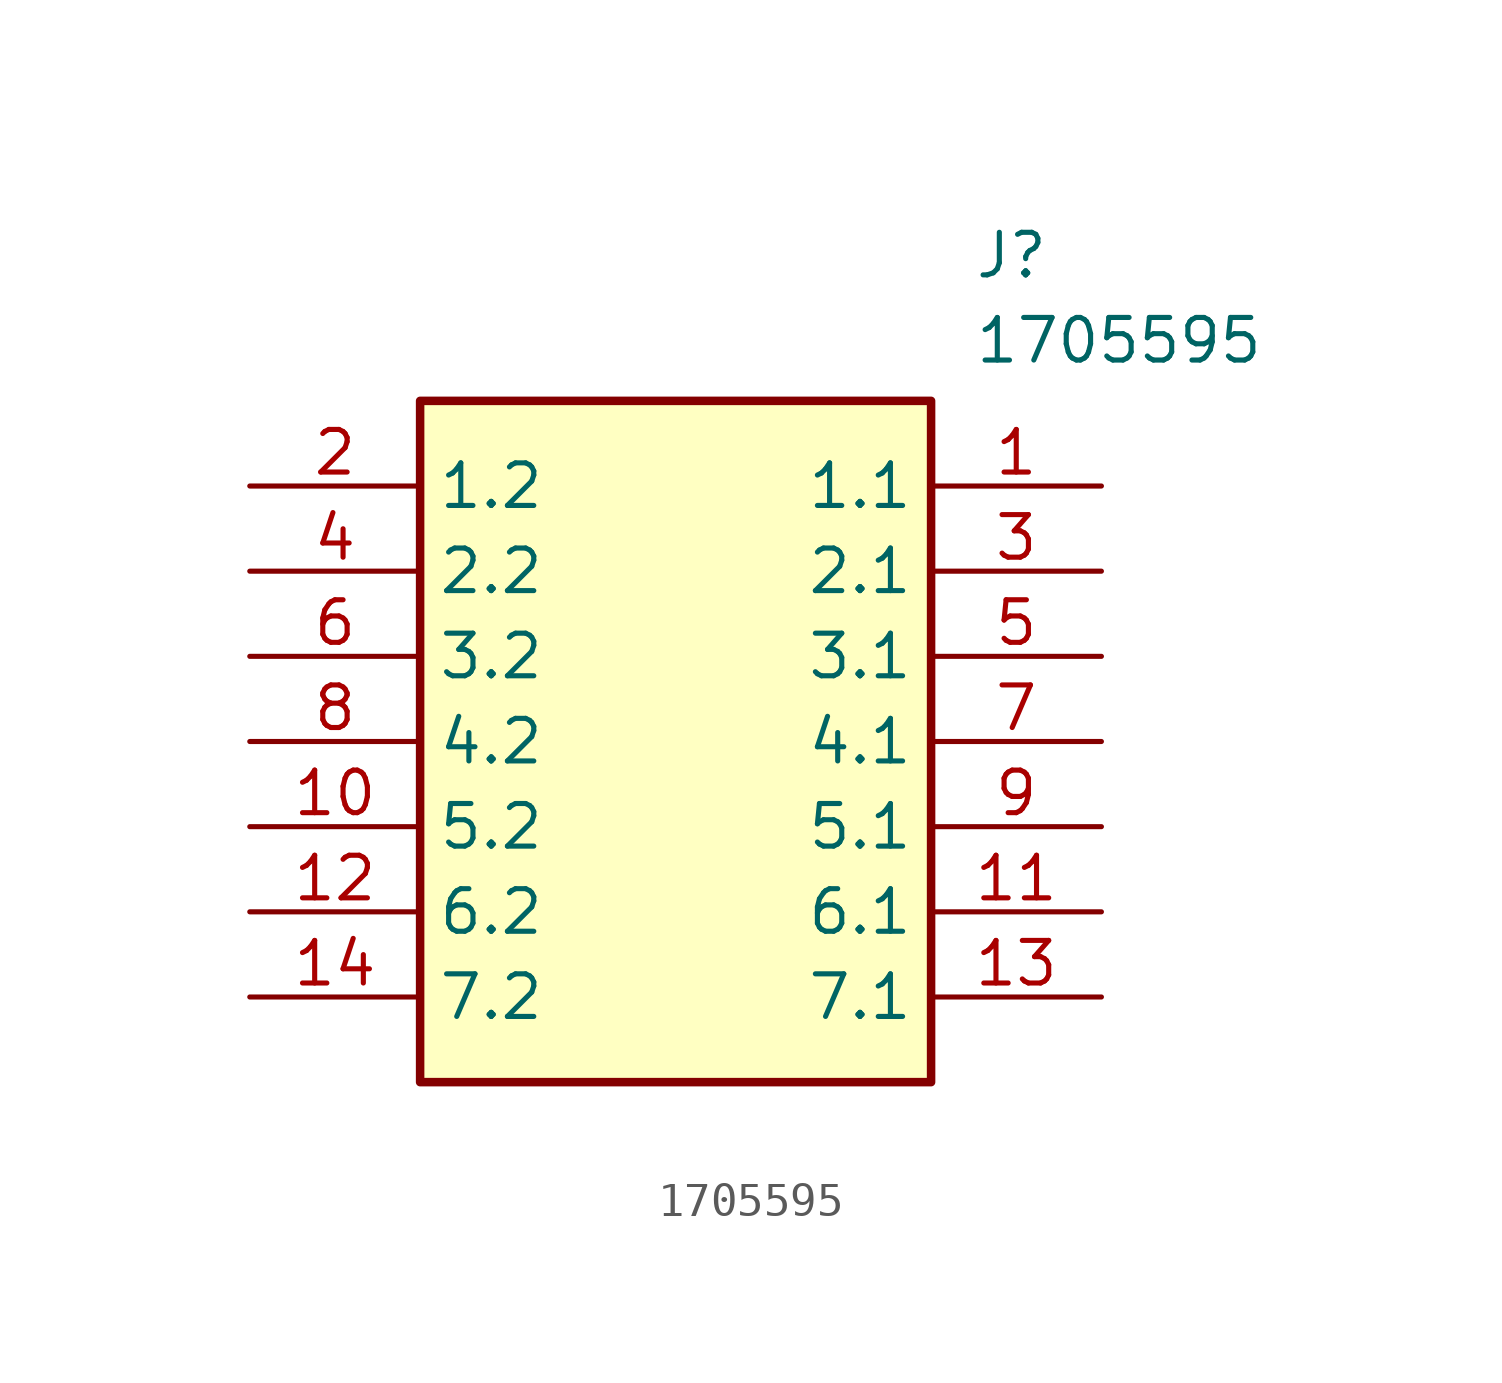
<source format=kicad_sym>
(kicad_symbol_lib
  (version 20211014)
  (generator SamacSys_ECAD_Model)
  (symbol "1705595"
    (property "Reference" "J"
      (at 21.59 7.62 0)
      (effects (font (size 1.27 1.27)) (justify left top)))
    (property "Value" "1705595"
      (at 21.59 5.08 0)
      (effects (font (size 1.27 1.27)) (justify left top)))
    (rectangle
      (start 5.08 2.54)
      (end 20.32 -17.78)
      (stroke (width 0.254) (type default))
      (fill (type background)))
    (pin passive line
      (at 25.4 0 180)
      (length 5.08)
      (name "1.1" (effects (font (size 1.27 1.27))))
      (number "1" (effects (font (size 1.27 1.27)))))
    (pin passive line
      (at 0 0 0)
      (length 5.08)
      (name "1.2" (effects (font (size 1.27 1.27))))
      (number "2" (effects (font (size 1.27 1.27)))))
    (pin passive line
      (at 25.4 -2.54 180)
      (length 5.08)
      (name "2.1" (effects (font (size 1.27 1.27))))
      (number "3" (effects (font (size 1.27 1.27)))))
    (pin passive line
      (at 0 -2.54 0)
      (length 5.08)
      (name "2.2" (effects (font (size 1.27 1.27))))
      (number "4" (effects (font (size 1.27 1.27)))))
    (pin passive line
      (at 25.4 -5.08 180)
      (length 5.08)
      (name "3.1" (effects (font (size 1.27 1.27))))
      (number "5" (effects (font (size 1.27 1.27)))))
    (pin passive line
      (at 0 -5.08 0)
      (length 5.08)
      (name "3.2" (effects (font (size 1.27 1.27))))
      (number "6" (effects (font (size 1.27 1.27)))))
    (pin passive line
      (at 25.4 -7.62 180)
      (length 5.08)
      (name "4.1" (effects (font (size 1.27 1.27))))
      (number "7" (effects (font (size 1.27 1.27)))))
    (pin passive line
      (at 0 -7.62 0)
      (length 5.08)
      (name "4.2" (effects (font (size 1.27 1.27))))
      (number "8" (effects (font (size 1.27 1.27)))))
    (pin passive line
      (at 25.4 -10.16 180)
      (length 5.08)
      (name "5.1" (effects (font (size 1.27 1.27))))
      (number "9" (effects (font (size 1.27 1.27)))))
    (pin passive line
      (at 0 -10.16 0)
      (length 5.08)
      (name "5.2" (effects (font (size 1.27 1.27))))
      (number "10" (effects (font (size 1.27 1.27)))))
    (pin passive line
      (at 25.4 -12.7 180)
      (length 5.08)
      (name "6.1" (effects (font (size 1.27 1.27))))
      (number "11" (effects (font (size 1.27 1.27)))))
    (pin passive line
      (at 0 -12.7 0)
      (length 5.08)
      (name "6.2" (effects (font (size 1.27 1.27))))
      (number "12" (effects (font (size 1.27 1.27)))))
    (pin passive line
      (at 25.4 -15.24 180)
      (length 5.08)
      (name "7.1" (effects (font (size 1.27 1.27))))
      (number "13" (effects (font (size 1.27 1.27)))))
    (pin passive line
      (at 0 -15.24 0)
      (length 5.08)
      (name "7.2" (effects (font (size 1.27 1.27))))
      (number "14" (effects (font (size 1.27 1.27)))))))
</source>
